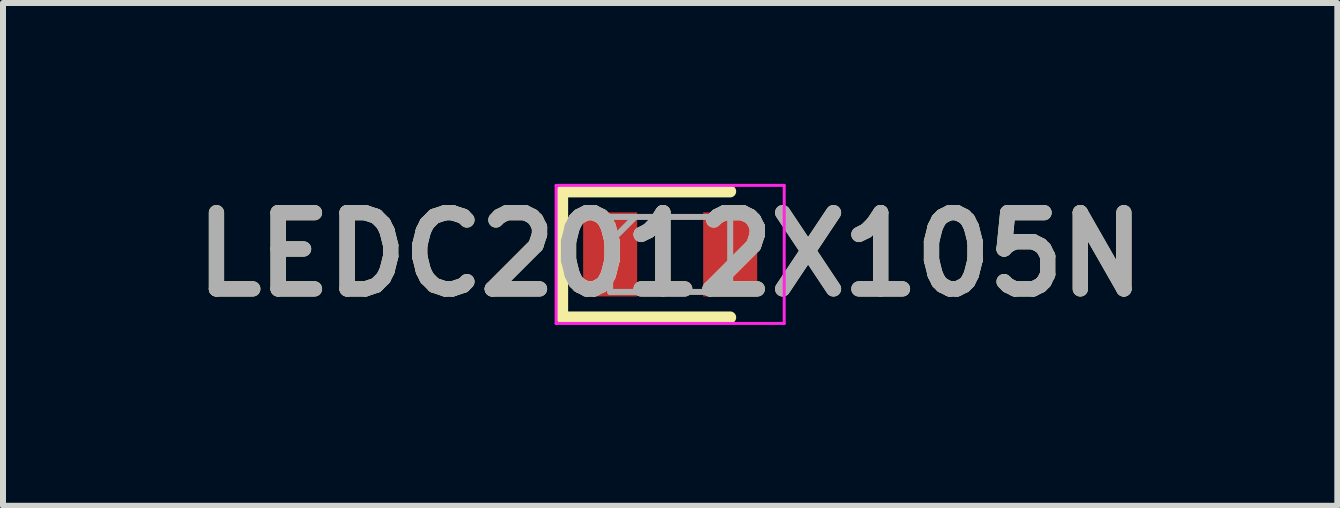
<source format=kicad_pcb>
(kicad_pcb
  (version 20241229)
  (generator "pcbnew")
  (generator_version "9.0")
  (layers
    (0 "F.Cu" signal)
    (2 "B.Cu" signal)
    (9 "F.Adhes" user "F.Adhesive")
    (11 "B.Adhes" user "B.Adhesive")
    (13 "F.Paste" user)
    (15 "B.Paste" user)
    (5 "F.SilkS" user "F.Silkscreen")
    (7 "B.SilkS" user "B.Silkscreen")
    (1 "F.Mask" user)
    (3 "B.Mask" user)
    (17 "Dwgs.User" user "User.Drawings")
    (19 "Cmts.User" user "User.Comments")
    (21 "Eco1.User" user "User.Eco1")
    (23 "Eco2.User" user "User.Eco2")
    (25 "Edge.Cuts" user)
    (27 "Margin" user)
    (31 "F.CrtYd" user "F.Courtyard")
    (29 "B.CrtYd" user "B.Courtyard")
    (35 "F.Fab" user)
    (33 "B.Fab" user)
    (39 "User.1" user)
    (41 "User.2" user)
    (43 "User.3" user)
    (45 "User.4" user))
  (footprint "LEDC2012X105N"
    (layer "F.Cu")
    (at 8.116 1.189)
    (property "Reference" "LEDC2012X105N" (at 0 0 0) (layer "F.SilkS") (effects (font (size 1.27 1.27) (thickness 0.254))))
    (attr smd)
    (fp_line (start -1.8 -1.05) (end -1.8 1.05) (stroke (width 0.2) (type solid)) (layer "F.SilkS"))
    (fp_line (start -1.8 1.05) (end 1 1.05) (stroke (width 0.2) (type solid)) (layer "F.SilkS"))
    (fp_line (start 1 -1.05) (end -1.8 -1.05) (stroke (width 0.2) (type solid)) (layer "F.SilkS"))
    (fp_line (start -1.9 -1.15) (end 1.9 -1.15) (stroke (width 0.05) (type solid)) (layer "F.CrtYd"))
    (fp_line (start -1.9 1.15) (end -1.9 -1.15) (stroke (width 0.05) (type solid)) (layer "F.CrtYd"))
    (fp_line (start 1.9 -1.15) (end 1.9 1.15) (stroke (width 0.05) (type solid)) (layer "F.CrtYd"))
    (fp_line (start 1.9 1.15) (end -1.9 1.15) (stroke (width 0.05) (type solid)) (layer "F.CrtYd"))
    (fp_line (start -1 -0.625) (end 1 -0.625) (stroke (width 0.1) (type solid)) (layer "F.Fab"))
    (fp_line (start -1 -0.208) (end -0.583 -0.625) (stroke (width 0.1) (type solid)) (layer "F.Fab"))
    (fp_line (start -1 0.625) (end -1 -0.625) (stroke (width 0.1) (type solid)) (layer "F.Fab"))
    (fp_line (start 1 -0.625) (end 1 0.625) (stroke (width 0.1) (type solid)) (layer "F.Fab"))
    (fp_line (start 1 0.625) (end -1 0.625) (stroke (width 0.1) (type solid)) (layer "F.Fab"))
    (fp_text user "${REFERENCE}" (at 0 0 0) (layer "F.Fab") (effects (font (size 1.27 1.27) (thickness 0.254))))
    (pad "1" smd rect (at -1 0) (size 0.9 1.4) (layers "F.Cu" "F.Mask" "F.Paste"))
    (pad "2" smd rect (at 1 0) (size 0.9 1.4) (layers "F.Cu" "F.Mask" "F.Paste")))
  (gr_rect
    (start -3 -3)
    (end 19.232 5.377)
    (stroke (width 0.1) (type default))
    (fill no)
    (layer "Edge.Cuts")))
</source>
